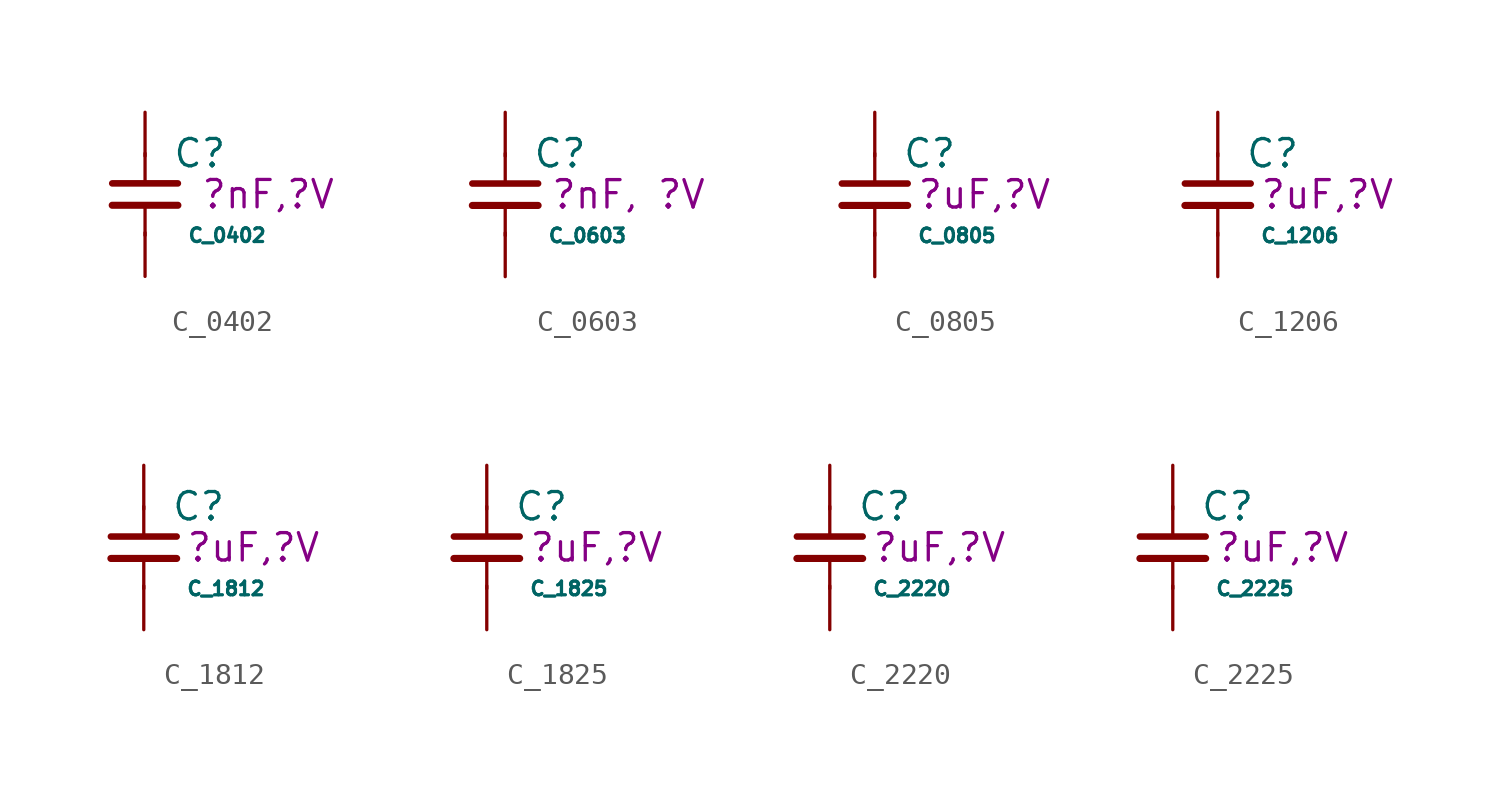
<source format=kicad_sym>
(kicad_symbol_lib
  (version 20211014)
  (generator kicad_symbol_editor)
  (symbol "C_0402"
    (pin_numbers hide)
    (pin_names
      (offset 1.016))
    (property "Reference" "C"
      (at 2.54 1.905 0)
      (effects (font (size 1.27 1.27))))
    (property "Value" "C_0402"
      (at 3.81 -1.905 0)
      (effects (font (size 0.635 0.635))))
    (property "Capacitance" "?nF,?V"
      (at 5.715 0 0)
      (effects (font (size 1.27 1.27))))
    (symbol "C_0402_1_1"
      (polyline (pts (xy -1.524 -0.508) (xy 1.524 -0.508)) (stroke (width 0.33) (type default) (color 0 0 0 0)) (fill (type none)))
      (polyline (pts (xy -1.524 0.508) (xy 1.524 0.508)) (stroke (width 0.305) (type default) (color 0 0 0 0)) (fill (type none)))
      (polyline (pts (xy 0 -1.905) (xy 0 -0.635)) (stroke (width 0) (type default) (color 0 0 0 0)) (fill (type none)))
      (polyline (pts (xy 0 0.635) (xy 0 1.905)) (stroke (width 0) (type default) (color 0 0 0 0)) (fill (type none)))
      (pin passive line (at 0 3.81 270) (length 2.032) (name "~" (effects (font (size 1.27 1.27)))) (number "1" (effects (font (size 1.27 1.27)))))
      (pin passive line (at 0 -3.81 90) (length 2.032) (name "~" (effects (font (size 1.27 1.27)))) (number "2" (effects (font (size 1.27 1.27)))))))
  (symbol "C_0603"
    (pin_numbers hide)
    (pin_names
      (offset 1.016))
    (property "Reference" "C"
      (at 2.54 1.905 0)
      (effects (font (size 1.27 1.27))))
    (property "Value" "C_0603"
      (at 3.81 -1.905 0)
      (effects (font (size 0.635 0.635))))
    (property "Capacitance" "?nF, ?V"
      (at 5.715 0 0)
      (effects (font (size 1.27 1.27))))
    (symbol "C_0603_1_1"
      (polyline (pts (xy -1.524 -0.508) (xy 1.524 -0.508)) (stroke (width 0.33) (type default) (color 0 0 0 0)) (fill (type none)))
      (polyline (pts (xy -1.524 0.508) (xy 1.524 0.508)) (stroke (width 0.305) (type default) (color 0 0 0 0)) (fill (type none)))
      (polyline (pts (xy 0 -1.905) (xy 0 -0.635)) (stroke (width 0) (type default) (color 0 0 0 0)) (fill (type none)))
      (polyline (pts (xy 0 0.635) (xy 0 1.905)) (stroke (width 0) (type default) (color 0 0 0 0)) (fill (type none)))
      (pin passive line (at 0 3.81 270) (length 2.032) (name "~" (effects (font (size 1.27 1.27)))) (number "1" (effects (font (size 1.27 1.27)))))
      (pin passive line (at 0 -3.81 90) (length 2.032) (name "~" (effects (font (size 1.27 1.27)))) (number "2" (effects (font (size 1.27 1.27)))))))
  (symbol "C_0805"
    (pin_numbers hide)
    (pin_names
      (offset 1.016))
    (property "Reference" "C"
      (at 2.54 1.905 0)
      (effects (font (size 1.27 1.27))))
    (property "Value" "C_0805"
      (at 3.81 -1.905 0)
      (effects (font (size 0.635 0.635))))
    (property "Capacitance" "?uF,?V"
      (at 5.08 0 0)
      (effects (font (size 1.27 1.27))))
    (symbol "C_0805_1_1"
      (polyline (pts (xy -1.524 -0.508) (xy 1.524 -0.508)) (stroke (width 0.33) (type default) (color 0 0 0 0)) (fill (type none)))
      (polyline (pts (xy -1.524 0.508) (xy 1.524 0.508)) (stroke (width 0.305) (type default) (color 0 0 0 0)) (fill (type none)))
      (polyline (pts (xy 0 -1.905) (xy 0 -0.635)) (stroke (width 0) (type default) (color 0 0 0 0)) (fill (type none)))
      (polyline (pts (xy 0 0.635) (xy 0 1.905)) (stroke (width 0) (type default) (color 0 0 0 0)) (fill (type none)))
      (pin passive line (at 0 3.81 270) (length 2.032) (name "~" (effects (font (size 1.27 1.27)))) (number "1" (effects (font (size 1.27 1.27)))))
      (pin passive line (at 0 -3.81 90) (length 2.032) (name "~" (effects (font (size 1.27 1.27)))) (number "2" (effects (font (size 1.27 1.27)))))))
  (symbol "C_1206"
    (pin_numbers hide)
    (pin_names
      (offset 1.016))
    (property "Reference" "C"
      (at 2.54 1.905 0)
      (effects (font (size 1.27 1.27))))
    (property "Value" "C_1206"
      (at 3.81 -1.905 0)
      (effects (font (size 0.635 0.635))))
    (property "Capacitance" "?uF,?V"
      (at 5.08 0 0)
      (effects (font (size 1.27 1.27))))
    (symbol "C_1206_1_1"
      (polyline (pts (xy -1.524 -0.508) (xy 1.524 -0.508)) (stroke (width 0.33) (type default) (color 0 0 0 0)) (fill (type none)))
      (polyline (pts (xy -1.524 0.508) (xy 1.524 0.508)) (stroke (width 0.305) (type default) (color 0 0 0 0)) (fill (type none)))
      (polyline (pts (xy 0 -1.905) (xy 0 -0.635)) (stroke (width 0) (type default) (color 0 0 0 0)) (fill (type none)))
      (polyline (pts (xy 0 0.635) (xy 0 1.905)) (stroke (width 0) (type default) (color 0 0 0 0)) (fill (type none)))
      (pin passive line (at 0 3.81 270) (length 2.032) (name "~" (effects (font (size 1.27 1.27)))) (number "1" (effects (font (size 1.27 1.27)))))
      (pin passive line (at 0 -3.81 90) (length 2.032) (name "~" (effects (font (size 1.27 1.27)))) (number "2" (effects (font (size 1.27 1.27)))))))
  (symbol "C_1812"
    (pin_numbers hide)
    (pin_names
      (offset 1.016))
    (property "Reference" "C"
      (at 2.54 1.905 0)
      (effects (font (size 1.27 1.27))))
    (property "Value" "C_1812"
      (at 3.81 -1.905 0)
      (effects (font (size 0.635 0.635))))
    (property "Capacitance" "?uF,?V"
      (at 5.08 0 0)
      (effects (font (size 1.27 1.27))))
    (symbol "C_1812_1_1"
      (polyline (pts (xy -1.524 -0.508) (xy 1.524 -0.508)) (stroke (width 0.33) (type default) (color 0 0 0 0)) (fill (type none)))
      (polyline (pts (xy -1.524 0.508) (xy 1.524 0.508)) (stroke (width 0.305) (type default) (color 0 0 0 0)) (fill (type none)))
      (polyline (pts (xy 0 -1.905) (xy 0 -0.635)) (stroke (width 0) (type default) (color 0 0 0 0)) (fill (type none)))
      (polyline (pts (xy 0 0.635) (xy 0 1.905)) (stroke (width 0) (type default) (color 0 0 0 0)) (fill (type none)))
      (pin passive line (at 0 3.81 270) (length 2.032) (name "~" (effects (font (size 1.27 1.27)))) (number "1" (effects (font (size 1.27 1.27)))))
      (pin passive line (at 0 -3.81 90) (length 2.032) (name "~" (effects (font (size 1.27 1.27)))) (number "2" (effects (font (size 1.27 1.27)))))))
  (symbol "C_1825"
    (pin_numbers hide)
    (pin_names
      (offset 1.016))
    (property "Reference" "C"
      (at 2.54 1.905 0)
      (effects (font (size 1.27 1.27))))
    (property "Value" "C_1825"
      (at 3.81 -1.905 0)
      (effects (font (size 0.635 0.635))))
    (property "Capacitance" "?uF,?V"
      (at 5.08 0 0)
      (effects (font (size 1.27 1.27))))
    (symbol "C_1825_1_1"
      (polyline (pts (xy -1.524 -0.508) (xy 1.524 -0.508)) (stroke (width 0.33) (type default) (color 0 0 0 0)) (fill (type none)))
      (polyline (pts (xy -1.524 0.508) (xy 1.524 0.508)) (stroke (width 0.305) (type default) (color 0 0 0 0)) (fill (type none)))
      (polyline (pts (xy 0 -1.905) (xy 0 -0.635)) (stroke (width 0) (type default) (color 0 0 0 0)) (fill (type none)))
      (polyline (pts (xy 0 0.635) (xy 0 1.905)) (stroke (width 0) (type default) (color 0 0 0 0)) (fill (type none)))
      (pin passive line (at 0 3.81 270) (length 2.032) (name "~" (effects (font (size 1.27 1.27)))) (number "1" (effects (font (size 1.27 1.27)))))
      (pin passive line (at 0 -3.81 90) (length 2.032) (name "~" (effects (font (size 1.27 1.27)))) (number "2" (effects (font (size 1.27 1.27)))))))
  (symbol "C_2220"
    (pin_numbers hide)
    (pin_names
      (offset 1.016))
    (property "Reference" "C"
      (at 2.54 1.905 0)
      (effects (font (size 1.27 1.27))))
    (property "Value" "C_2220"
      (at 3.81 -1.905 0)
      (effects (font (size 0.635 0.635))))
    (property "Capacitance" "?uF,?V"
      (at 5.08 0 0)
      (effects (font (size 1.27 1.27))))
    (symbol "C_2220_1_1"
      (polyline (pts (xy -1.524 -0.508) (xy 1.524 -0.508)) (stroke (width 0.33) (type default) (color 0 0 0 0)) (fill (type none)))
      (polyline (pts (xy -1.524 0.508) (xy 1.524 0.508)) (stroke (width 0.305) (type default) (color 0 0 0 0)) (fill (type none)))
      (polyline (pts (xy 0 -1.905) (xy 0 -0.635)) (stroke (width 0) (type default) (color 0 0 0 0)) (fill (type none)))
      (polyline (pts (xy 0 0.635) (xy 0 1.905)) (stroke (width 0) (type default) (color 0 0 0 0)) (fill (type none)))
      (pin passive line (at 0 3.81 270) (length 2.032) (name "~" (effects (font (size 1.27 1.27)))) (number "1" (effects (font (size 1.27 1.27)))))
      (pin passive line (at 0 -3.81 90) (length 2.032) (name "~" (effects (font (size 1.27 1.27)))) (number "2" (effects (font (size 1.27 1.27)))))))
  (symbol "C_2225"
    (pin_numbers hide)
    (pin_names
      (offset 1.016))
    (property "Reference" "C"
      (at 2.54 1.905 0)
      (effects (font (size 1.27 1.27))))
    (property "Value" "C_2225"
      (at 3.81 -1.905 0)
      (effects (font (size 0.635 0.635))))
    (property "Capacitance" "?uF,?V"
      (at 5.08 0 0)
      (effects (font (size 1.27 1.27))))
    (symbol "C_2225_1_1"
      (polyline (pts (xy -1.524 -0.508) (xy 1.524 -0.508)) (stroke (width 0.33) (type default) (color 0 0 0 0)) (fill (type none)))
      (polyline (pts (xy -1.524 0.508) (xy 1.524 0.508)) (stroke (width 0.305) (type default) (color 0 0 0 0)) (fill (type none)))
      (polyline (pts (xy 0 -1.905) (xy 0 -0.635)) (stroke (width 0) (type default) (color 0 0 0 0)) (fill (type none)))
      (polyline (pts (xy 0 0.635) (xy 0 1.905)) (stroke (width 0) (type default) (color 0 0 0 0)) (fill (type none)))
      (pin passive line (at 0 3.81 270) (length 2.032) (name "~" (effects (font (size 1.27 1.27)))) (number "1" (effects (font (size 1.27 1.27)))))
      (pin passive line (at 0 -3.81 90) (length 2.032) (name "~" (effects (font (size 1.27 1.27)))) (number "2" (effects (font (size 1.27 1.27))))))))
</source>
